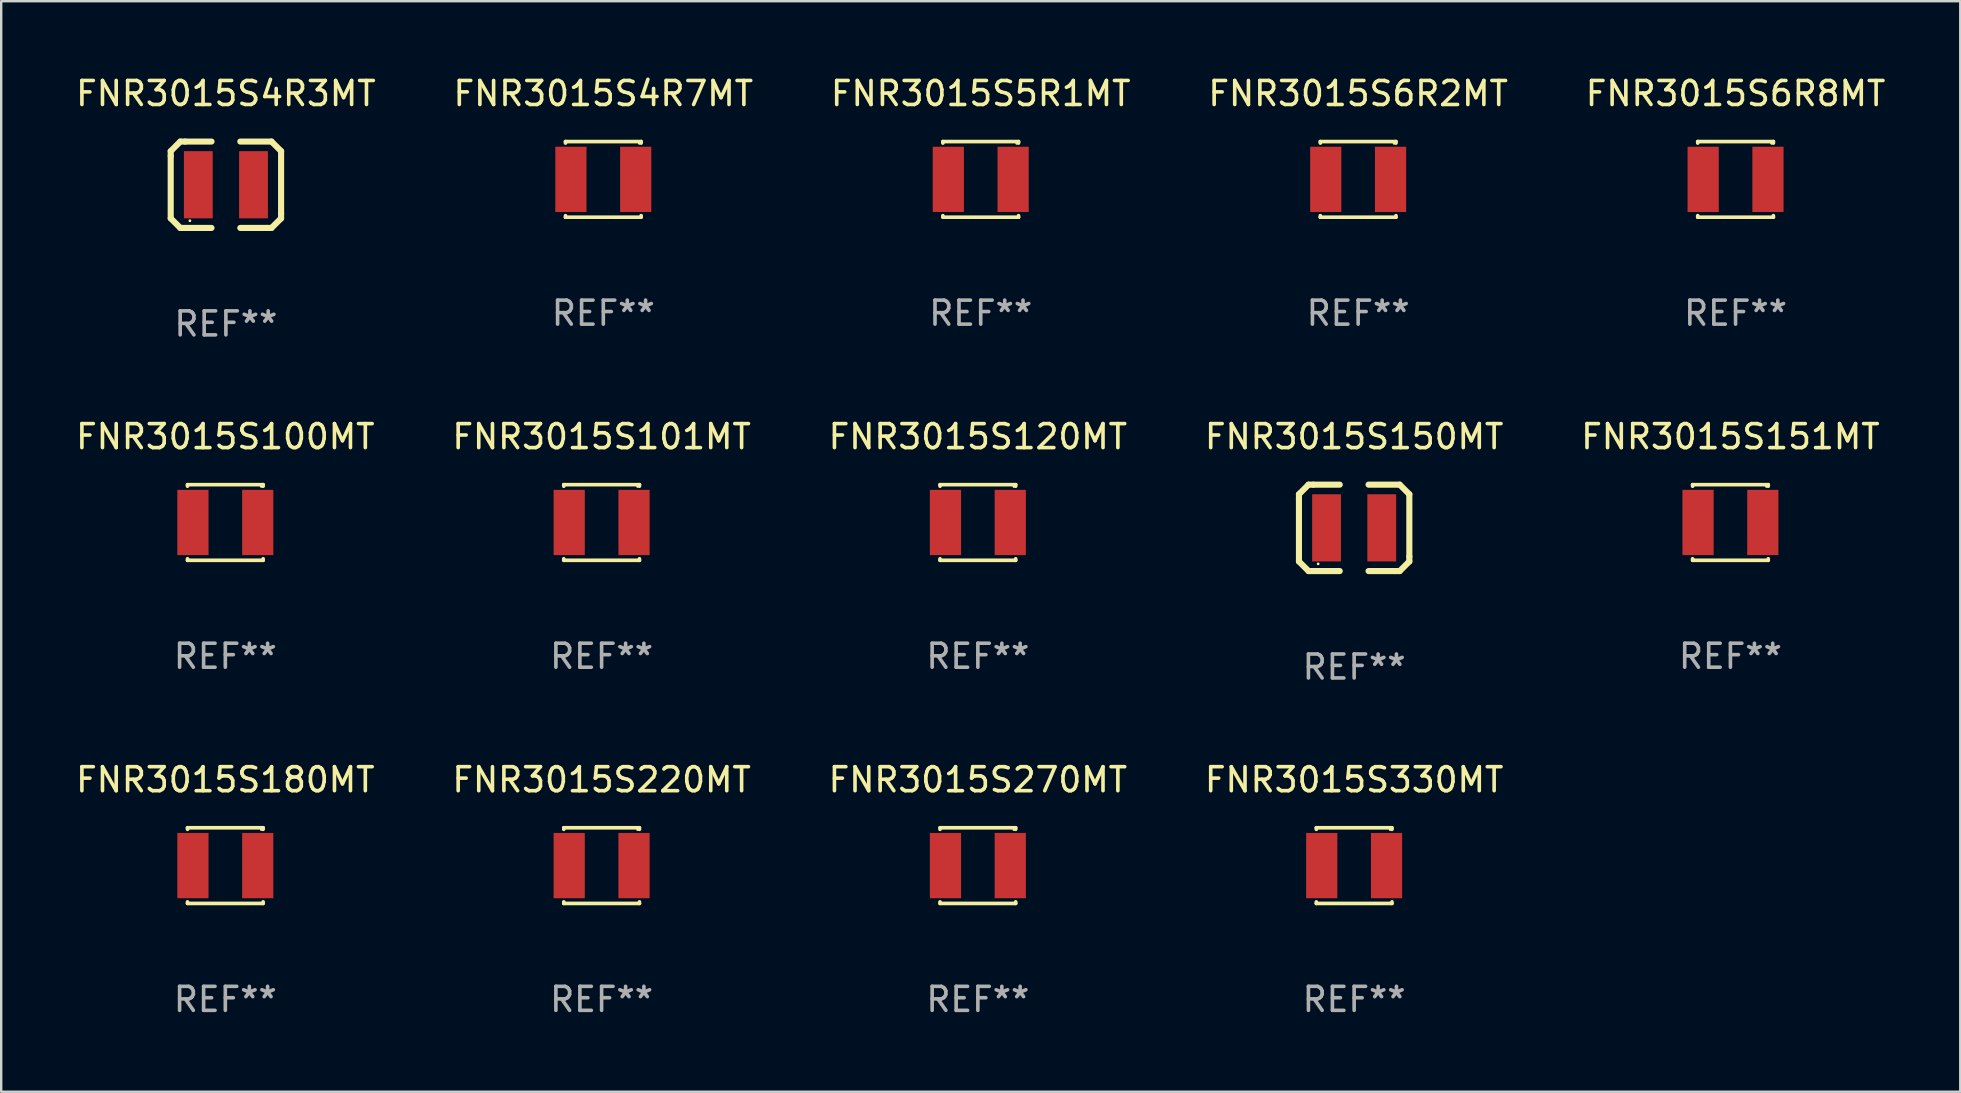
<source format=kicad_pcb>
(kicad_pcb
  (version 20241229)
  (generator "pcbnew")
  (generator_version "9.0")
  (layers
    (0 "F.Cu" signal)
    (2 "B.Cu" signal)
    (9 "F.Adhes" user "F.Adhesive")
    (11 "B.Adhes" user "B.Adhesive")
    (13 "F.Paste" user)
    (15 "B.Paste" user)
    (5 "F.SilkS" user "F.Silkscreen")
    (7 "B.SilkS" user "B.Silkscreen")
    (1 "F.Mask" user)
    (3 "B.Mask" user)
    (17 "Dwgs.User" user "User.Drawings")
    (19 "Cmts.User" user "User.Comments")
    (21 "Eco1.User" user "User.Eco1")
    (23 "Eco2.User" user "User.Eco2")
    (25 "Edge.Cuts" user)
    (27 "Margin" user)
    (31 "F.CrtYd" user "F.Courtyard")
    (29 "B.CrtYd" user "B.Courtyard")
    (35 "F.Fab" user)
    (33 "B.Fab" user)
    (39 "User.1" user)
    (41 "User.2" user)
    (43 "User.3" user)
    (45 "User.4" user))
  (footprint "FNR3015S270MT"
    (layer "F.Cu")
    (at 37.696 33.018)
    (property "Reference" "FNR3015S270MT" (at 0 -3.576 0) (layer "F.SilkS") (effects (font (size 1 1) (thickness 0.15))))
    (attr through_hole)
    (fp_line (start -1.576 -1.576) (end 1.576 -1.576) (stroke (width 0.152) (type solid)) (layer "F.SilkS"))
    (fp_line (start -1.576 -1.512) (end -1.576 -1.576) (stroke (width 0.152) (type solid)) (layer "F.SilkS"))
    (fp_line (start -1.576 1.512) (end -1.576 1.576) (stroke (width 0.152) (type solid)) (layer "F.SilkS"))
    (fp_line (start -1.576 1.576) (end 1.576 1.576) (stroke (width 0.152) (type solid)) (layer "F.SilkS"))
    (fp_line (start 1.576 -1.576) (end 1.576 -1.512) (stroke (width 0.152) (type solid)) (layer "F.SilkS"))
    (fp_line (start 1.576 1.576) (end 1.576 1.512) (stroke (width 0.152) (type solid)) (layer "F.SilkS"))
    (fp_circle (center 1.5 -1.5) (end 1.53 -1.5) (stroke (width 0.06) (type solid)) (fill no) (layer "F.SilkS"))
    (fp_text user "REF**" (at 0 5.576 0) (layer "F.Fab") (effects (font (size 1 1) (thickness 0.15))))
    (pad "1" smd rect (at 1.35 0) (size 1.3 2.72) (layers "F.Cu" "F.Mask" "F.Paste"))
    (pad "2" smd rect (at -1.35 0) (size 1.3 2.72) (layers "F.Cu" "F.Mask" "F.Paste")))
  (footprint "FNR3015S4R3MT"
    (layer "F.Cu")
    (at 6.363 4.648)
    (property "Reference" "FNR3015S4R3MT" (at 0 -3.8 0) (layer "F.SilkS") (effects (font (size 1 1) (thickness 0.15))))
    (attr through_hole)
    (fp_line (start -2.3 -1.4) (end -2.3 -1.2) (stroke (width 0.254) (type solid)) (layer "F.SilkS"))
    (fp_line (start -2.3 1.4) (end -2.3 -1.2) (stroke (width 0.254) (type solid)) (layer "F.SilkS"))
    (fp_line (start -1.9 1.8) (end -2.3 1.4) (stroke (width 0.254) (type solid)) (layer "F.SilkS"))
    (fp_line (start -1.9 -1.8) (end -2.3 -1.4) (stroke (width 0.254) (type solid)) (layer "F.SilkS"))
    (fp_line (start -1.7 -1.8) (end -1.9 -1.8) (stroke (width 0.254) (type solid)) (layer "F.SilkS"))
    (fp_line (start -1.7 -1.8) (end -0.6 -1.8) (stroke (width 0.254) (type solid)) (layer "F.SilkS"))
    (fp_line (start -0.6 1.8) (end -1.9 1.8) (stroke (width 0.254) (type solid)) (layer "F.SilkS"))
    (fp_line (start 0.6 -1.8) (end 1.9 -1.8) (stroke (width 0.254) (type solid)) (layer "F.SilkS"))
    (fp_line (start 1.7 1.8) (end 0.6 1.8) (stroke (width 0.254) (type solid)) (layer "F.SilkS"))
    (fp_line (start 1.7 1.8) (end 1.9 1.8) (stroke (width 0.254) (type solid)) (layer "F.SilkS"))
    (fp_line (start 1.9 1.8) (end 2.3 1.4) (stroke (width 0.254) (type solid)) (layer "F.SilkS"))
    (fp_line (start 1.9 -1.8) (end 2.3 -1.4) (stroke (width 0.254) (type solid)) (layer "F.SilkS"))
    (fp_line (start 2.3 -1.4) (end 2.3 1.2) (stroke (width 0.254) (type solid)) (layer "F.SilkS"))
    (fp_line (start 2.3 1.4) (end 2.3 1.2) (stroke (width 0.254) (type solid)) (layer "F.SilkS"))
    (fp_circle (center -1.5 1.5) (end -1.47 1.5) (stroke (width 0.06) (type solid)) (fill no) (layer "F.SilkS"))
    (fp_text user "REF**" (at 0 5.8 0) (layer "F.Fab") (effects (font (size 1 1) (thickness 0.15))))
    (pad "1" smd rect (at -1.15 0) (size 1.2 2.8) (layers "F.Cu" "F.Mask" "F.Paste"))
    (pad "2" smd rect (at 1.15 0) (size 1.2 2.8) (layers "F.Cu" "F.Mask" "F.Paste")))
  (footprint "FNR3015S6R8MT"
    (layer "F.Cu")
    (at 69.268 4.424)
    (property "Reference" "FNR3015S6R8MT" (at 0 -3.576 0) (layer "F.SilkS") (effects (font (size 1 1) (thickness 0.15))))
    (attr through_hole)
    (fp_line (start -1.576 -1.576) (end 1.576 -1.576) (stroke (width 0.152) (type solid)) (layer "F.SilkS"))
    (fp_line (start -1.576 -1.512) (end -1.576 -1.576) (stroke (width 0.152) (type solid)) (layer "F.SilkS"))
    (fp_line (start -1.576 1.512) (end -1.576 1.576) (stroke (width 0.152) (type solid)) (layer "F.SilkS"))
    (fp_line (start -1.576 1.576) (end 1.576 1.576) (stroke (width 0.152) (type solid)) (layer "F.SilkS"))
    (fp_line (start 1.576 -1.576) (end 1.576 -1.512) (stroke (width 0.152) (type solid)) (layer "F.SilkS"))
    (fp_line (start 1.576 1.576) (end 1.576 1.512) (stroke (width 0.152) (type solid)) (layer "F.SilkS"))
    (fp_circle (center 1.5 -1.5) (end 1.53 -1.5) (stroke (width 0.06) (type solid)) (fill no) (layer "F.SilkS"))
    (fp_text user "REF**" (at 0 5.576 0) (layer "F.Fab") (effects (font (size 1 1) (thickness 0.15))))
    (pad "1" smd rect (at 1.35 0) (size 1.3 2.72) (layers "F.Cu" "F.Mask" "F.Paste"))
    (pad "2" smd rect (at -1.35 0) (size 1.3 2.72) (layers "F.Cu" "F.Mask" "F.Paste")))
  (footprint "FNR3015S101MT"
    (layer "F.Cu")
    (at 22.018 18.721)
    (property "Reference" "FNR3015S101MT" (at 0 -3.576 0) (layer "F.SilkS") (effects (font (size 1 1) (thickness 0.15))))
    (attr through_hole)
    (fp_line (start -1.576 -1.576) (end 1.576 -1.576) (stroke (width 0.152) (type solid)) (layer "F.SilkS"))
    (fp_line (start -1.576 -1.512) (end -1.576 -1.576) (stroke (width 0.152) (type solid)) (layer "F.SilkS"))
    (fp_line (start -1.576 1.512) (end -1.576 1.576) (stroke (width 0.152) (type solid)) (layer "F.SilkS"))
    (fp_line (start -1.576 1.576) (end 1.576 1.576) (stroke (width 0.152) (type solid)) (layer "F.SilkS"))
    (fp_line (start 1.576 -1.576) (end 1.576 -1.512) (stroke (width 0.152) (type solid)) (layer "F.SilkS"))
    (fp_line (start 1.576 1.576) (end 1.576 1.512) (stroke (width 0.152) (type solid)) (layer "F.SilkS"))
    (fp_circle (center 1.5 -1.5) (end 1.53 -1.5) (stroke (width 0.06) (type solid)) (fill no) (layer "F.SilkS"))
    (fp_text user "REF**" (at 0 5.576 0) (layer "F.Fab") (effects (font (size 1 1) (thickness 0.15))))
    (pad "1" smd rect (at 1.35 0) (size 1.3 2.72) (layers "F.Cu" "F.Mask" "F.Paste"))
    (pad "2" smd rect (at -1.35 0) (size 1.3 2.72) (layers "F.Cu" "F.Mask" "F.Paste")))
  (footprint "FNR3015S330MT"
    (layer "F.Cu")
    (at 53.375 33.018)
    (property "Reference" "FNR3015S330MT" (at 0 -3.576 0) (layer "F.SilkS") (effects (font (size 1 1) (thickness 0.15))))
    (attr through_hole)
    (fp_line (start -1.576 -1.576) (end 1.576 -1.576) (stroke (width 0.152) (type solid)) (layer "F.SilkS"))
    (fp_line (start -1.576 -1.512) (end -1.576 -1.576) (stroke (width 0.152) (type solid)) (layer "F.SilkS"))
    (fp_line (start -1.576 1.512) (end -1.576 1.576) (stroke (width 0.152) (type solid)) (layer "F.SilkS"))
    (fp_line (start -1.576 1.576) (end 1.576 1.576) (stroke (width 0.152) (type solid)) (layer "F.SilkS"))
    (fp_line (start 1.576 -1.576) (end 1.576 -1.512) (stroke (width 0.152) (type solid)) (layer "F.SilkS"))
    (fp_line (start 1.576 1.576) (end 1.576 1.512) (stroke (width 0.152) (type solid)) (layer "F.SilkS"))
    (fp_circle (center 1.5 -1.5) (end 1.53 -1.5) (stroke (width 0.06) (type solid)) (fill no) (layer "F.SilkS"))
    (fp_text user "REF**" (at 0 5.576 0) (layer "F.Fab") (effects (font (size 1 1) (thickness 0.15))))
    (pad "1" smd rect (at 1.35 0) (size 1.3 2.72) (layers "F.Cu" "F.Mask" "F.Paste"))
    (pad "2" smd rect (at -1.35 0) (size 1.3 2.72) (layers "F.Cu" "F.Mask" "F.Paste")))
  (footprint "FNR3015S5R1MT"
    (layer "F.Cu")
    (at 37.815 4.424)
    (property "Reference" "FNR3015S5R1MT" (at 0 -3.576 0) (layer "F.SilkS") (effects (font (size 1 1) (thickness 0.15))))
    (attr through_hole)
    (fp_line (start -1.576 -1.576) (end 1.576 -1.576) (stroke (width 0.152) (type solid)) (layer "F.SilkS"))
    (fp_line (start -1.576 -1.512) (end -1.576 -1.576) (stroke (width 0.152) (type solid)) (layer "F.SilkS"))
    (fp_line (start -1.576 1.512) (end -1.576 1.576) (stroke (width 0.152) (type solid)) (layer "F.SilkS"))
    (fp_line (start -1.576 1.576) (end 1.576 1.576) (stroke (width 0.152) (type solid)) (layer "F.SilkS"))
    (fp_line (start 1.576 -1.576) (end 1.576 -1.512) (stroke (width 0.152) (type solid)) (layer "F.SilkS"))
    (fp_line (start 1.576 1.576) (end 1.576 1.512) (stroke (width 0.152) (type solid)) (layer "F.SilkS"))
    (fp_circle (center 1.5 -1.5) (end 1.53 -1.5) (stroke (width 0.06) (type solid)) (fill no) (layer "F.SilkS"))
    (fp_text user "REF**" (at 0 5.576 0) (layer "F.Fab") (effects (font (size 1 1) (thickness 0.15))))
    (pad "1" smd rect (at 1.35 0) (size 1.3 2.72) (layers "F.Cu" "F.Mask" "F.Paste"))
    (pad "2" smd rect (at -1.35 0) (size 1.3 2.72) (layers "F.Cu" "F.Mask" "F.Paste")))
  (footprint "FNR3015S151MT"
    (layer "F.Cu")
    (at 69.054 18.721)
    (property "Reference" "FNR3015S151MT" (at 0 -3.576 0) (layer "F.SilkS") (effects (font (size 1 1) (thickness 0.15))))
    (attr through_hole)
    (fp_line (start -1.576 -1.576) (end 1.576 -1.576) (stroke (width 0.152) (type solid)) (layer "F.SilkS"))
    (fp_line (start -1.576 -1.512) (end -1.576 -1.576) (stroke (width 0.152) (type solid)) (layer "F.SilkS"))
    (fp_line (start -1.576 1.512) (end -1.576 1.576) (stroke (width 0.152) (type solid)) (layer "F.SilkS"))
    (fp_line (start -1.576 1.576) (end 1.576 1.576) (stroke (width 0.152) (type solid)) (layer "F.SilkS"))
    (fp_line (start 1.576 -1.576) (end 1.576 -1.512) (stroke (width 0.152) (type solid)) (layer "F.SilkS"))
    (fp_line (start 1.576 1.576) (end 1.576 1.512) (stroke (width 0.152) (type solid)) (layer "F.SilkS"))
    (fp_circle (center 1.5 -1.5) (end 1.53 -1.5) (stroke (width 0.06) (type solid)) (fill no) (layer "F.SilkS"))
    (fp_text user "REF**" (at 0 5.576 0) (layer "F.Fab") (effects (font (size 1 1) (thickness 0.15))))
    (pad "1" smd rect (at 1.35 0) (size 1.3 2.72) (layers "F.Cu" "F.Mask" "F.Paste"))
    (pad "2" smd rect (at -1.35 0) (size 1.3 2.72) (layers "F.Cu" "F.Mask" "F.Paste")))
  (footprint "FNR3015S4R7MT"
    (layer "F.Cu")
    (at 22.089 4.424)
    (property "Reference" "FNR3015S4R7MT" (at 0 -3.576 0) (layer "F.SilkS") (effects (font (size 1 1) (thickness 0.15))))
    (attr through_hole)
    (fp_line (start -1.576 -1.576) (end 1.576 -1.576) (stroke (width 0.152) (type solid)) (layer "F.SilkS"))
    (fp_line (start -1.576 -1.512) (end -1.576 -1.576) (stroke (width 0.152) (type solid)) (layer "F.SilkS"))
    (fp_line (start -1.576 1.512) (end -1.576 1.576) (stroke (width 0.152) (type solid)) (layer "F.SilkS"))
    (fp_line (start -1.576 1.576) (end 1.576 1.576) (stroke (width 0.152) (type solid)) (layer "F.SilkS"))
    (fp_line (start 1.576 -1.576) (end 1.576 -1.512) (stroke (width 0.152) (type solid)) (layer "F.SilkS"))
    (fp_line (start 1.576 1.576) (end 1.576 1.512) (stroke (width 0.152) (type solid)) (layer "F.SilkS"))
    (fp_circle (center 1.5 -1.5) (end 1.53 -1.5) (stroke (width 0.06) (type solid)) (fill no) (layer "F.SilkS"))
    (fp_text user "REF**" (at 0 5.576 0) (layer "F.Fab") (effects (font (size 1 1) (thickness 0.15))))
    (pad "1" smd rect (at 1.35 0) (size 1.3 2.72) (layers "F.Cu" "F.Mask" "F.Paste"))
    (pad "2" smd rect (at -1.35 0) (size 1.3 2.72) (layers "F.Cu" "F.Mask" "F.Paste")))
  (footprint "FNR3015S220MT"
    (layer "F.Cu")
    (at 22.018 33.018)
    (property "Reference" "FNR3015S220MT" (at 0 -3.576 0) (layer "F.SilkS") (effects (font (size 1 1) (thickness 0.15))))
    (attr through_hole)
    (fp_line (start -1.576 -1.576) (end 1.576 -1.576) (stroke (width 0.152) (type solid)) (layer "F.SilkS"))
    (fp_line (start -1.576 -1.512) (end -1.576 -1.576) (stroke (width 0.152) (type solid)) (layer "F.SilkS"))
    (fp_line (start -1.576 1.512) (end -1.576 1.576) (stroke (width 0.152) (type solid)) (layer "F.SilkS"))
    (fp_line (start -1.576 1.576) (end 1.576 1.576) (stroke (width 0.152) (type solid)) (layer "F.SilkS"))
    (fp_line (start 1.576 -1.576) (end 1.576 -1.512) (stroke (width 0.152) (type solid)) (layer "F.SilkS"))
    (fp_line (start 1.576 1.576) (end 1.576 1.512) (stroke (width 0.152) (type solid)) (layer "F.SilkS"))
    (fp_circle (center 1.5 -1.5) (end 1.53 -1.5) (stroke (width 0.06) (type solid)) (fill no) (layer "F.SilkS"))
    (fp_text user "REF**" (at 0 5.576 0) (layer "F.Fab") (effects (font (size 1 1) (thickness 0.15))))
    (pad "1" smd rect (at 1.35 0) (size 1.3 2.72) (layers "F.Cu" "F.Mask" "F.Paste"))
    (pad "2" smd rect (at -1.35 0) (size 1.3 2.72) (layers "F.Cu" "F.Mask" "F.Paste")))
  (footprint "FNR3015S120MT"
    (layer "F.Cu")
    (at 37.696 18.721)
    (property "Reference" "FNR3015S120MT" (at 0 -3.576 0) (layer "F.SilkS") (effects (font (size 1 1) (thickness 0.15))))
    (attr through_hole)
    (fp_line (start -1.576 -1.576) (end 1.576 -1.576) (stroke (width 0.152) (type solid)) (layer "F.SilkS"))
    (fp_line (start -1.576 -1.512) (end -1.576 -1.576) (stroke (width 0.152) (type solid)) (layer "F.SilkS"))
    (fp_line (start -1.576 1.512) (end -1.576 1.576) (stroke (width 0.152) (type solid)) (layer "F.SilkS"))
    (fp_line (start -1.576 1.576) (end 1.576 1.576) (stroke (width 0.152) (type solid)) (layer "F.SilkS"))
    (fp_line (start 1.576 -1.576) (end 1.576 -1.512) (stroke (width 0.152) (type solid)) (layer "F.SilkS"))
    (fp_line (start 1.576 1.576) (end 1.576 1.512) (stroke (width 0.152) (type solid)) (layer "F.SilkS"))
    (fp_circle (center 1.5 -1.5) (end 1.53 -1.5) (stroke (width 0.06) (type solid)) (fill no) (layer "F.SilkS"))
    (fp_text user "REF**" (at 0 5.576 0) (layer "F.Fab") (effects (font (size 1 1) (thickness 0.15))))
    (pad "1" smd rect (at 1.35 0) (size 1.3 2.72) (layers "F.Cu" "F.Mask" "F.Paste"))
    (pad "2" smd rect (at -1.35 0) (size 1.3 2.72) (layers "F.Cu" "F.Mask" "F.Paste")))
  (footprint "FNR3015S180MT"
    (layer "F.Cu")
    (at 6.339 33.018)
    (property "Reference" "FNR3015S180MT" (at 0 -3.576 0) (layer "F.SilkS") (effects (font (size 1 1) (thickness 0.15))))
    (attr through_hole)
    (fp_line (start -1.576 -1.576) (end 1.576 -1.576) (stroke (width 0.152) (type solid)) (layer "F.SilkS"))
    (fp_line (start -1.576 -1.512) (end -1.576 -1.576) (stroke (width 0.152) (type solid)) (layer "F.SilkS"))
    (fp_line (start -1.576 1.512) (end -1.576 1.576) (stroke (width 0.152) (type solid)) (layer "F.SilkS"))
    (fp_line (start -1.576 1.576) (end 1.576 1.576) (stroke (width 0.152) (type solid)) (layer "F.SilkS"))
    (fp_line (start 1.576 -1.576) (end 1.576 -1.512) (stroke (width 0.152) (type solid)) (layer "F.SilkS"))
    (fp_line (start 1.576 1.576) (end 1.576 1.512) (stroke (width 0.152) (type solid)) (layer "F.SilkS"))
    (fp_circle (center 1.5 -1.5) (end 1.53 -1.5) (stroke (width 0.06) (type solid)) (fill no) (layer "F.SilkS"))
    (fp_text user "REF**" (at 0 5.576 0) (layer "F.Fab") (effects (font (size 1 1) (thickness 0.15))))
    (pad "1" smd rect (at 1.35 0) (size 1.3 2.72) (layers "F.Cu" "F.Mask" "F.Paste"))
    (pad "2" smd rect (at -1.35 0) (size 1.3 2.72) (layers "F.Cu" "F.Mask" "F.Paste")))
  (footprint "FNR3015S150MT"
    (layer "F.Cu")
    (at 53.375 18.945)
    (property "Reference" "FNR3015S150MT" (at 0 -3.8 0) (layer "F.SilkS") (effects (font (size 1 1) (thickness 0.15))))
    (attr through_hole)
    (fp_line (start -2.3 -1.4) (end -2.3 -1.2) (stroke (width 0.254) (type solid)) (layer "F.SilkS"))
    (fp_line (start -2.3 1.4) (end -2.3 -1.2) (stroke (width 0.254) (type solid)) (layer "F.SilkS"))
    (fp_line (start -1.9 1.8) (end -2.3 1.4) (stroke (width 0.254) (type solid)) (layer "F.SilkS"))
    (fp_line (start -1.9 -1.8) (end -2.3 -1.4) (stroke (width 0.254) (type solid)) (layer "F.SilkS"))
    (fp_line (start -1.7 -1.8) (end -1.9 -1.8) (stroke (width 0.254) (type solid)) (layer "F.SilkS"))
    (fp_line (start -1.7 -1.8) (end -0.6 -1.8) (stroke (width 0.254) (type solid)) (layer "F.SilkS"))
    (fp_line (start -0.6 1.8) (end -1.9 1.8) (stroke (width 0.254) (type solid)) (layer "F.SilkS"))
    (fp_line (start 0.6 -1.8) (end 1.9 -1.8) (stroke (width 0.254) (type solid)) (layer "F.SilkS"))
    (fp_line (start 1.7 1.8) (end 0.6 1.8) (stroke (width 0.254) (type solid)) (layer "F.SilkS"))
    (fp_line (start 1.7 1.8) (end 1.9 1.8) (stroke (width 0.254) (type solid)) (layer "F.SilkS"))
    (fp_line (start 1.9 1.8) (end 2.3 1.4) (stroke (width 0.254) (type solid)) (layer "F.SilkS"))
    (fp_line (start 1.9 -1.8) (end 2.3 -1.4) (stroke (width 0.254) (type solid)) (layer "F.SilkS"))
    (fp_line (start 2.3 -1.4) (end 2.3 1.2) (stroke (width 0.254) (type solid)) (layer "F.SilkS"))
    (fp_line (start 2.3 1.4) (end 2.3 1.2) (stroke (width 0.254) (type solid)) (layer "F.SilkS"))
    (fp_circle (center -1.5 1.5) (end -1.47 1.5) (stroke (width 0.06) (type solid)) (fill no) (layer "F.SilkS"))
    (fp_text user "REF**" (at 0 5.8 0) (layer "F.Fab") (effects (font (size 1 1) (thickness 0.15))))
    (pad "1" smd rect (at -1.15 0) (size 1.2 2.8) (layers "F.Cu" "F.Mask" "F.Paste"))
    (pad "2" smd rect (at 1.15 0) (size 1.2 2.8) (layers "F.Cu" "F.Mask" "F.Paste")))
  (footprint "FNR3015S6R2MT"
    (layer "F.Cu")
    (at 53.542 4.424)
    (property "Reference" "FNR3015S6R2MT" (at 0 -3.576 0) (layer "F.SilkS") (effects (font (size 1 1) (thickness 0.15))))
    (attr through_hole)
    (fp_line (start -1.576 -1.576) (end 1.576 -1.576) (stroke (width 0.152) (type solid)) (layer "F.SilkS"))
    (fp_line (start -1.576 -1.512) (end -1.576 -1.576) (stroke (width 0.152) (type solid)) (layer "F.SilkS"))
    (fp_line (start -1.576 1.512) (end -1.576 1.576) (stroke (width 0.152) (type solid)) (layer "F.SilkS"))
    (fp_line (start -1.576 1.576) (end 1.576 1.576) (stroke (width 0.152) (type solid)) (layer "F.SilkS"))
    (fp_line (start 1.576 -1.576) (end 1.576 -1.512) (stroke (width 0.152) (type solid)) (layer "F.SilkS"))
    (fp_line (start 1.576 1.576) (end 1.576 1.512) (stroke (width 0.152) (type solid)) (layer "F.SilkS"))
    (fp_circle (center 1.5 -1.5) (end 1.53 -1.5) (stroke (width 0.06) (type solid)) (fill no) (layer "F.SilkS"))
    (fp_text user "REF**" (at 0 5.576 0) (layer "F.Fab") (effects (font (size 1 1) (thickness 0.15))))
    (pad "1" smd rect (at 1.35 0) (size 1.3 2.72) (layers "F.Cu" "F.Mask" "F.Paste"))
    (pad "2" smd rect (at -1.35 0) (size 1.3 2.72) (layers "F.Cu" "F.Mask" "F.Paste")))
  (footprint "FNR3015S100MT"
    (layer "F.Cu")
    (at 6.339 18.721)
    (property "Reference" "FNR3015S100MT" (at 0 -3.576 0) (layer "F.SilkS") (effects (font (size 1 1) (thickness 0.15))))
    (attr through_hole)
    (fp_line (start -1.576 -1.576) (end 1.576 -1.576) (stroke (width 0.152) (type solid)) (layer "F.SilkS"))
    (fp_line (start -1.576 -1.512) (end -1.576 -1.576) (stroke (width 0.152) (type solid)) (layer "F.SilkS"))
    (fp_line (start -1.576 1.512) (end -1.576 1.576) (stroke (width 0.152) (type solid)) (layer "F.SilkS"))
    (fp_line (start -1.576 1.576) (end 1.576 1.576) (stroke (width 0.152) (type solid)) (layer "F.SilkS"))
    (fp_line (start 1.576 -1.576) (end 1.576 -1.512) (stroke (width 0.152) (type solid)) (layer "F.SilkS"))
    (fp_line (start 1.576 1.576) (end 1.576 1.512) (stroke (width 0.152) (type solid)) (layer "F.SilkS"))
    (fp_circle (center 1.5 -1.5) (end 1.53 -1.5) (stroke (width 0.06) (type solid)) (fill no) (layer "F.SilkS"))
    (fp_text user "REF**" (at 0 5.576 0) (layer "F.Fab") (effects (font (size 1 1) (thickness 0.15))))
    (pad "1" smd rect (at 1.35 0) (size 1.3 2.72) (layers "F.Cu" "F.Mask" "F.Paste"))
    (pad "2" smd rect (at -1.35 0) (size 1.3 2.72) (layers "F.Cu" "F.Mask" "F.Paste")))
  (gr_rect
    (start -3 -3)
    (end 78.631 42.442)
    (stroke (width 0.1) (type default))
    (fill no)
    (layer "Edge.Cuts")))
</source>
